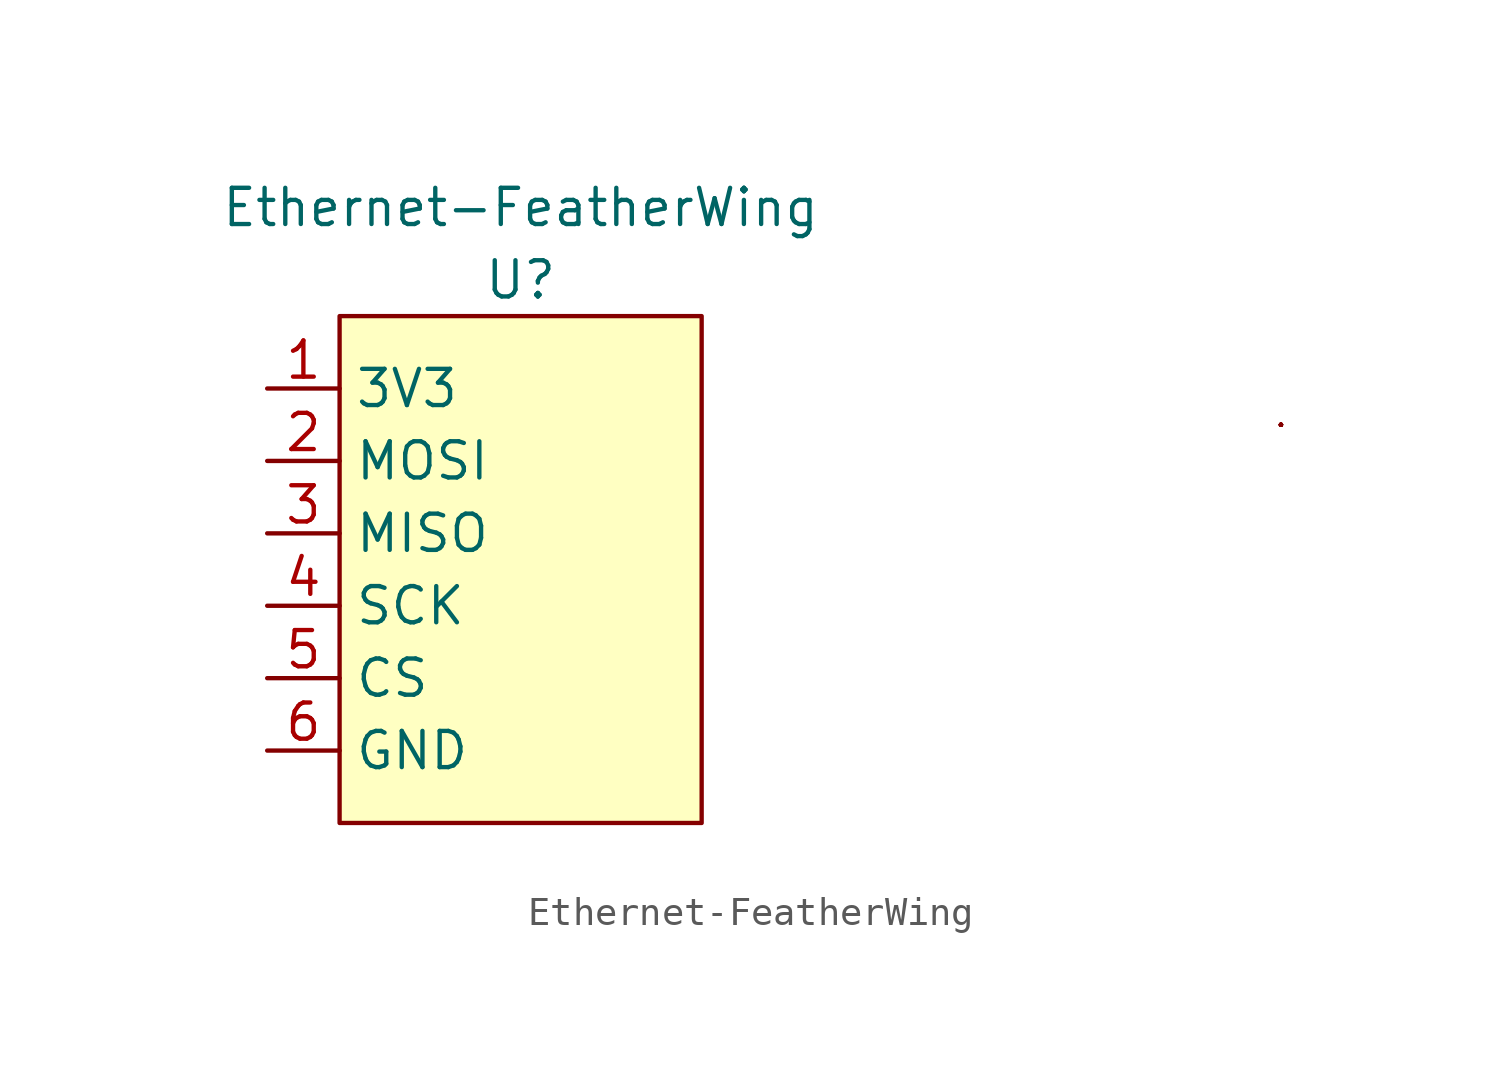
<source format=kicad_sym>
(kicad_symbol_lib
  (version 20211014)
  (generator kicad_symbol_editor)
  (symbol "Ethernet-FeatherWing"
    (property "Reference" "U"
      (at 0 1.27 0)
      (effects (font (size 1.27 1.27))))
    (property "Value" "Ethernet-FeatherWing"
      (at 0 3.81 0)
      (effects (font (size 1.27 1.27))))
    (symbol "Ethernet-FeatherWing_0_1"
      (rectangle (start -6.35 0) (end 6.35 -17.78) (stroke (width 0) (type default) (color 0 0 0 0)) (fill (type background)))
      (polyline (pts (xy 26.67 -3.81) (xy 26.67 -3.81)) (stroke (width 0) (type default) (color 0 0 0 0)) (fill (type none)))
      (polyline (pts (xy 26.67 -3.81) (xy 26.67 -3.81)) (stroke (width 0) (type default) (color 0 0 0 0)) (fill (type none)))
      (rectangle (start 26.67 -3.81) (end 26.67 -3.81) (stroke (width 0) (type default) (color 0 0 0 0)) (fill (type none)))
      (rectangle (start 26.67 -3.81) (end 26.67 -3.81) (stroke (width 0) (type default) (color 0 0 0 0)) (fill (type none)))
      (rectangle (start 26.67 -3.81) (end 26.67 -3.81) (stroke (width 0) (type default) (color 0 0 0 0)) (fill (type none)))
      (rectangle (start 26.67 -3.81) (end 26.67 -3.81) (stroke (width 0) (type default) (color 0 0 0 0)) (fill (type none)))
      (rectangle (start 26.67 -3.81) (end 26.67 -3.81) (stroke (width 0) (type default) (color 0 0 0 0)) (fill (type none)))
      (rectangle (start 26.67 -3.81) (end 26.67 -3.81) (stroke (width 0) (type default) (color 0 0 0 0)) (fill (type none)))
      (rectangle (start 26.67 -3.81) (end 26.67 -3.81) (stroke (width 0) (type default) (color 0 0 0 0)) (fill (type none)))
      (rectangle (start 26.67 -3.81) (end 26.67 -3.81) (stroke (width 0) (type default) (color 0 0 0 0)) (fill (type none)))
      (rectangle (start 26.67 -3.81) (end 26.67 -3.81) (stroke (width 0) (type default) (color 0 0 0 0)) (fill (type none)))
      (rectangle (start 26.67 -3.81) (end 26.67 -3.81) (stroke (width 0) (type default) (color 0 0 0 0)) (fill (type none)))
      (rectangle (start 26.67 -3.81) (end 26.67 -3.81) (stroke (width 0) (type default) (color 0 0 0 0)) (fill (type none)))
      (rectangle (start 26.67 -3.81) (end 26.67 -3.81) (stroke (width 0) (type default) (color 0 0 0 0)) (fill (type none))))
    (symbol "Ethernet-FeatherWing_1_1"
      (pin passive line (at -8.89 -2.54 0) (length 2.54) (name "3V3" (effects (font (size 1.27 1.27)))) (number "1" (effects (font (size 1.27 1.27)))))
      (pin passive line (at -8.89 -5.08 0) (length 2.54) (name "MOSI" (effects (font (size 1.27 1.27)))) (number "2" (effects (font (size 1.27 1.27)))))
      (pin passive line (at -8.89 -7.62 0) (length 2.54) (name "MISO" (effects (font (size 1.27 1.27)))) (number "3" (effects (font (size 1.27 1.27)))))
      (pin passive line (at -8.89 -10.16 0) (length 2.54) (name "SCK" (effects (font (size 1.27 1.27)))) (number "4" (effects (font (size 1.27 1.27)))))
      (pin passive line (at -8.89 -12.7 0) (length 2.54) (name "CS" (effects (font (size 1.27 1.27)))) (number "5" (effects (font (size 1.27 1.27)))))
      (pin passive line (at -8.89 -15.24 0) (length 2.54) (name "GND" (effects (font (size 1.27 1.27)))) (number "6" (effects (font (size 1.27 1.27))))))))
</source>
